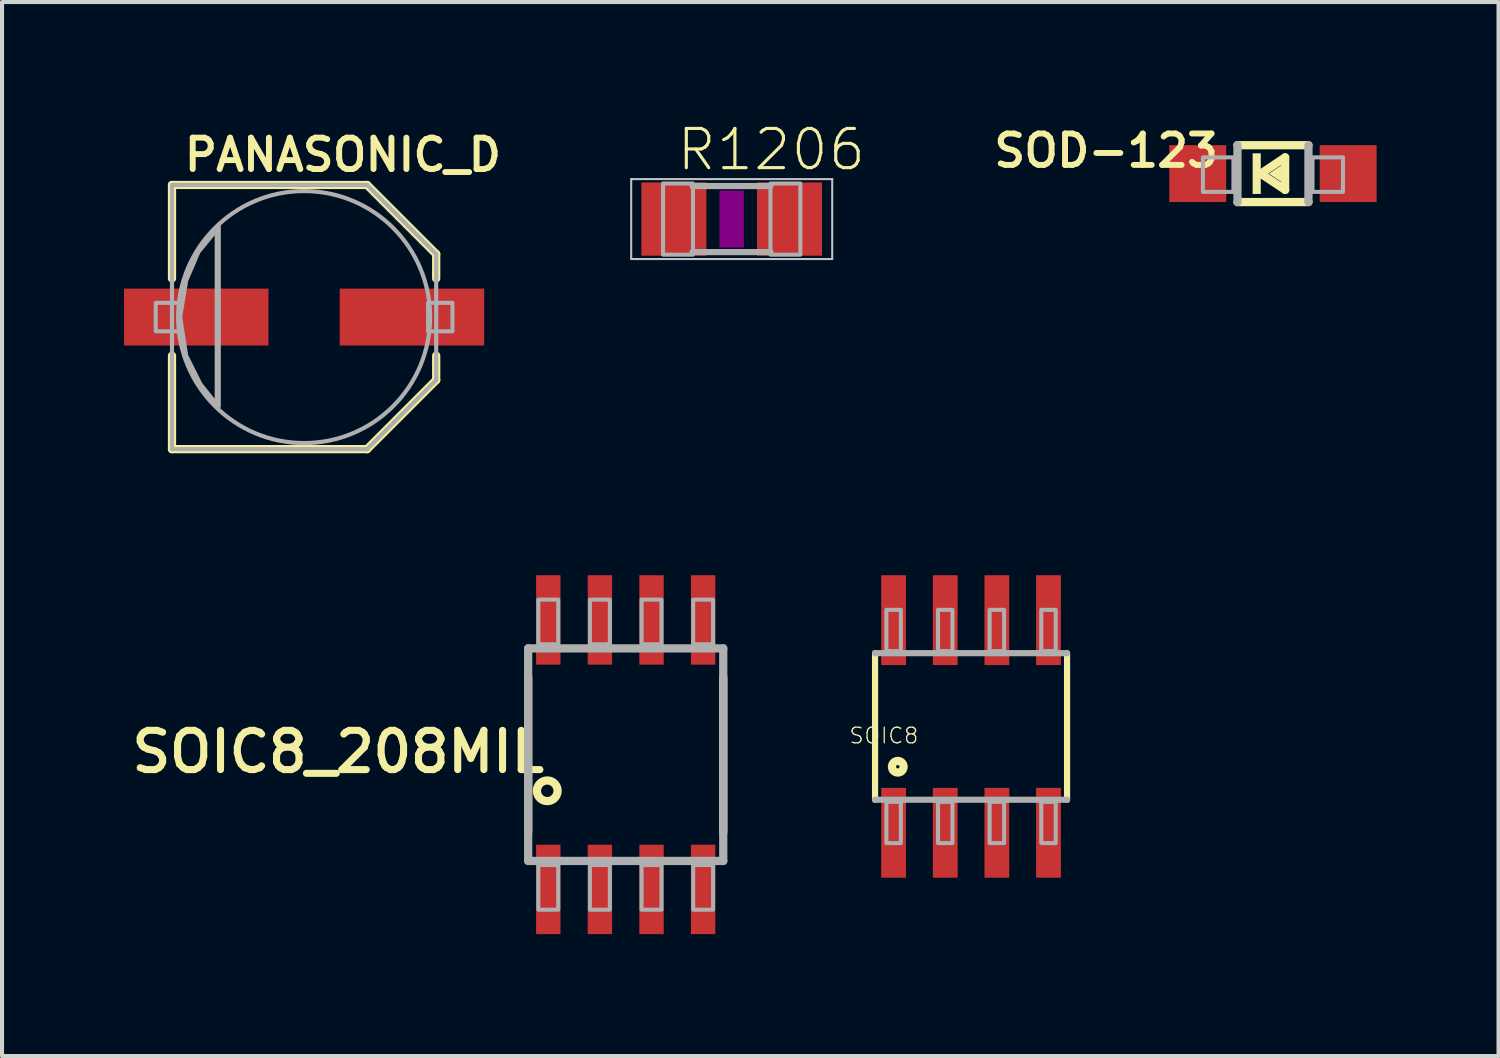
<source format=kicad_pcb>
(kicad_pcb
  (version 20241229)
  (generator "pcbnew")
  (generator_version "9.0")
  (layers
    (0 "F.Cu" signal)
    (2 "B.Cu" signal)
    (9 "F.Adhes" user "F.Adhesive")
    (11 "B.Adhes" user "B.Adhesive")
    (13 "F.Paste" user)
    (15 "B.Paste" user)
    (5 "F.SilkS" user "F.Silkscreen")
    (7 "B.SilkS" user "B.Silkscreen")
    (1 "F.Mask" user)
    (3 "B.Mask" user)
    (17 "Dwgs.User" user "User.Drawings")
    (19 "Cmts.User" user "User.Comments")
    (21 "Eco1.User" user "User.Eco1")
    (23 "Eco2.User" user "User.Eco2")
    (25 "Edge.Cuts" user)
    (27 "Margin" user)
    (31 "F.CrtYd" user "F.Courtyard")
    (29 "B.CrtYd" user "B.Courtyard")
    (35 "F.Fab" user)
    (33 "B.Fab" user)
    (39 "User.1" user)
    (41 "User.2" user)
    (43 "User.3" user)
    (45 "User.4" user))
  (footprint "SOIC8_208MIL"
    (layer "F.Cu")
    (at 12.345 15.518)
    (property "Reference" "SOIC8_208MIL" (at -1.905 -0.635 180) (layer "F.SilkS") (effects (font (size 0.965 0.965) (thickness 0.174)) (justify right top)))
    (attr through_hole)
    (fp_line (start -2.4 1.9) (end -2.4 -1.9) (stroke (width 0.203) (type solid)) (layer "F.SilkS"))
    (fp_line (start 2.4 -1.9) (end 2.4 1.9) (stroke (width 0.203) (type solid)) (layer "F.SilkS"))
    (fp_circle (center -1.93 0.889) (end -1.676 0.889) (stroke (width 0.203) (type solid)) (fill no) (layer "F.SilkS"))
    (fp_line (start -2.4 -2.615) (end 2.4 -2.615) (stroke (width 0.203) (type solid)) (layer "F.Fab"))
    (fp_line (start -2.4 2.615) (end -2.4 -2.615) (stroke (width 0.203) (type solid)) (layer "F.Fab"))
    (fp_line (start 2.4 -2.615) (end 2.4 2.615) (stroke (width 0.203) (type solid)) (layer "F.Fab"))
    (fp_line (start 2.4 2.615) (end -2.4 2.615) (stroke (width 0.203) (type solid)) (layer "F.Fab"))
    (fp_poly (pts (xy -2.15 -2.715) (xy -1.66 -2.715) (xy -1.66 -3.815) (xy -2.15 -3.815)) (stroke (width 0.1) (type solid)) (fill no) (layer "F.Fab"))
    (fp_poly (pts (xy -2.15 3.815) (xy -1.66 3.815) (xy -1.66 2.715) (xy -2.15 2.715)) (stroke (width 0.1) (type solid)) (fill no) (layer "F.Fab"))
    (fp_poly (pts (xy -0.88 -2.715) (xy -0.39 -2.715) (xy -0.39 -3.815) (xy -0.88 -3.815)) (stroke (width 0.1) (type solid)) (fill no) (layer "F.Fab"))
    (fp_poly (pts (xy -0.88 3.815) (xy -0.39 3.815) (xy -0.39 2.715) (xy -0.88 2.715)) (stroke (width 0.1) (type solid)) (fill no) (layer "F.Fab"))
    (fp_poly (pts (xy 0.39 -2.715) (xy 0.88 -2.715) (xy 0.88 -3.815) (xy 0.39 -3.815)) (stroke (width 0.1) (type solid)) (fill no) (layer "F.Fab"))
    (fp_poly (pts (xy 0.39 3.815) (xy 0.88 3.815) (xy 0.88 2.715) (xy 0.39 2.715)) (stroke (width 0.1) (type solid)) (fill no) (layer "F.Fab"))
    (fp_poly (pts (xy 1.66 -2.715) (xy 2.15 -2.715) (xy 2.15 -3.815) (xy 1.66 -3.815)) (stroke (width 0.1) (type solid)) (fill no) (layer "F.Fab"))
    (fp_poly (pts (xy 1.66 3.815) (xy 2.15 3.815) (xy 2.15 2.715) (xy 1.66 2.715)) (stroke (width 0.1) (type solid)) (fill no) (layer "F.Fab"))
    (pad "1" smd rect (at -1.905 3.315) (size 0.6 2.2) (layers "F.Cu" "F.Mask" "F.Paste"))
    (pad "2" smd rect (at -0.635 3.315) (size 0.6 2.2) (layers "F.Cu" "F.Mask" "F.Paste"))
    (pad "3" smd rect (at 0.635 3.315) (size 0.6 2.2) (layers "F.Cu" "F.Mask" "F.Paste"))
    (pad "4" smd rect (at 1.905 3.315) (size 0.6 2.2) (layers "F.Cu" "F.Mask" "F.Paste"))
    (pad "5" smd rect (at 1.905 -3.315) (size 0.6 2.2) (layers "F.Cu" "F.Mask" "F.Paste"))
    (pad "6" smd rect (at 0.635 -3.315) (size 0.6 2.2) (layers "F.Cu" "F.Mask" "F.Paste"))
    (pad "7" smd rect (at -0.635 -3.315) (size 0.6 2.2) (layers "F.Cu" "F.Mask" "F.Paste"))
    (pad "8" smd rect (at -1.905 -3.315) (size 0.6 2.2) (layers "F.Cu" "F.Mask" "F.Paste")))
  (footprint "PANASONIC_D"
    (layer "F.Cu")
    (at 4.432 4.751)
    (property "Reference" "PANASONIC_D" (at -3.02 -3.54 0) (layer "F.SilkS") (effects (font (size 0.772 0.772) (thickness 0.146)) (justify left bottom)))
    (attr through_hole)
    (fp_line (start -3.25 -3.25) (end 1.55 -3.25) (stroke (width 0.203) (type solid)) (layer "F.SilkS"))
    (fp_line (start -3.25 -0.95) (end -3.25 -3.25) (stroke (width 0.203) (type solid)) (layer "F.SilkS"))
    (fp_line (start -3.25 3.25) (end -3.25 0.95) (stroke (width 0.203) (type solid)) (layer "F.SilkS"))
    (fp_line (start 1.55 -3.25) (end 3.25 -1.55) (stroke (width 0.203) (type solid)) (layer "F.SilkS"))
    (fp_line (start 1.55 3.25) (end -3.25 3.25) (stroke (width 0.203) (type solid)) (layer "F.SilkS"))
    (fp_line (start 3.25 -1.55) (end 3.25 -0.95) (stroke (width 0.203) (type solid)) (layer "F.SilkS"))
    (fp_line (start 3.25 0.95) (end 3.25 1.55) (stroke (width 0.203) (type solid)) (layer "F.SilkS"))
    (fp_line (start 3.25 1.55) (end 1.55 3.25) (stroke (width 0.203) (type solid)) (layer "F.SilkS"))
    (fp_line (start -3.25 -3.25) (end 1.55 -3.25) (stroke (width 0.102) (type solid)) (layer "F.Fab"))
    (fp_line (start -3.25 3.25) (end -3.25 -3.25) (stroke (width 0.102) (type solid)) (layer "F.Fab"))
    (fp_line (start -2.1 -2.25) (end -2.1 2.2) (stroke (width 0.102) (type solid)) (layer "F.Fab"))
    (fp_line (start 1.55 -3.25) (end 3.25 -1.55) (stroke (width 0.102) (type solid)) (layer "F.Fab"))
    (fp_line (start 1.55 3.25) (end -3.25 3.25) (stroke (width 0.102) (type solid)) (layer "F.Fab"))
    (fp_line (start 3.25 -1.55) (end 3.25 1.55) (stroke (width 0.102) (type solid)) (layer "F.Fab"))
    (fp_line (start 3.25 1.55) (end 1.55 3.25) (stroke (width 0.102) (type solid)) (layer "F.Fab"))
    (fp_circle (center 0 0) (end 3.1 0) (stroke (width 0.102) (type solid)) (fill no) (layer "F.Fab"))
    (fp_poly (pts (xy -3.65 0.35) (xy -3.05 0.35) (xy -3.05 -0.35) (xy -3.65 -0.35)) (stroke (width 0.1) (type solid)) (fill no) (layer "F.Fab"))
    (fp_poly (pts (xy 3.05 0.35) (xy 3.65 0.35) (xy 3.65 -0.35) (xy 3.05 -0.35)) (stroke (width 0.1) (type solid)) (fill no) (layer "F.Fab"))
    (fp_poly (pts (xy -2.15 -2.15) (xy -2.6 -1.6) (xy -2.9 -0.9) (xy -3.05 0) (xy -2.9 0.95) (xy -2.55 1.65) (xy -2.15 2.15) (xy -2.15 -2.1)) (stroke (width 0.1) (type solid)) (fill no) (layer "F.Fab"))
    (pad "+" smd rect (at 2.654 0) (size 3.556 1.4) (layers "F.Cu" "F.Mask" "F.Paste"))
    (pad "-" smd rect (at -2.654 0) (size 3.556 1.4) (layers "F.Cu" "F.Mask" "F.Paste")))
  (footprint "R1206"
    (layer "F.Cu")
    (at 14.953 2.34)
    (property "Reference" "R1206" (at -1.397 -1.143 0) (layer "F.SilkS") (effects (font (size 0.965 0.965) (thickness 0.077)) (justify left bottom)))
    (attr through_hole)
    (fp_poly (pts (xy -0.3 0.7) (xy 0.3 0.7) (xy 0.3 -0.7) (xy -0.3 -0.7)) (stroke (width 0) (type solid)) (fill yes) (layer "F.Adhes"))
    (fp_line (start -2.473 -0.983) (end 2.473 -0.983) (stroke (width 0.051) (type solid)) (layer "Dwgs.User"))
    (fp_line (start -2.473 0.983) (end -2.473 -0.983) (stroke (width 0.051) (type solid)) (layer "Dwgs.User"))
    (fp_line (start 2.473 -0.983) (end 2.473 0.983) (stroke (width 0.051) (type solid)) (layer "Dwgs.User"))
    (fp_line (start 2.473 0.983) (end -2.473 0.983) (stroke (width 0.051) (type solid)) (layer "Dwgs.User"))
    (fp_line (start 0.953 -0.813) (end -0.965 -0.813) (stroke (width 0.152) (type solid)) (layer "F.Fab"))
    (fp_line (start 0.953 0.813) (end -0.965 0.813) (stroke (width 0.152) (type solid)) (layer "F.Fab"))
    (fp_poly (pts (xy -1.689 0.876) (xy -0.953 0.876) (xy -0.953 -0.876) (xy -1.689 -0.876)) (stroke (width 0.1) (type solid)) (fill no) (layer "F.Fab"))
    (fp_poly (pts (xy 0.953 0.876) (xy 1.689 0.876) (xy 1.689 -0.876) (xy 0.953 -0.876)) (stroke (width 0.1) (type solid)) (fill no) (layer "F.Fab"))
    (pad "1" smd rect (at -1.422 0) (size 1.6 1.803) (layers "F.Cu" "F.Mask" "F.Paste"))
    (pad "2" smd rect (at 1.422 0) (size 1.6 1.803) (layers "F.Cu" "F.Mask" "F.Paste")))
  (footprint "SOD-123"
    (layer "F.Cu")
    (at 28.27 1.222)
    (property "Reference" "SOD-123" (at -1.27 -1.016 0) (layer "F.SilkS") (effects (font (size 0.772 0.772) (thickness 0.146)) (justify right top)))
    (attr through_hole)
    (fp_line (start -0.873 -0.7) (end 0.873 -0.7) (stroke (width 0.203) (type solid)) (layer "F.SilkS"))
    (fp_line (start -0.3 0) (end 0.3 -0.4) (stroke (width 0.203) (type solid)) (layer "F.SilkS"))
    (fp_line (start 0.3 -0.4) (end 0.3 0.4) (stroke (width 0.203) (type solid)) (layer "F.SilkS"))
    (fp_line (start 0.3 0.4) (end -0.3 0) (stroke (width 0.203) (type solid)) (layer "F.SilkS"))
    (fp_line (start 0.873 0.7) (end -0.873 0.7) (stroke (width 0.203) (type solid)) (layer "F.SilkS"))
    (fp_poly (pts (xy -0.1 0) (xy 0.2 -0.2) (xy 0.2 0.2)) (stroke (width 0) (type solid)) (fill yes) (layer "F.SilkS"))
    (fp_poly (pts (xy -0.5 0.5) (xy -0.3 0.5) (xy -0.3 -0.5) (xy -0.5 -0.5)) (stroke (width 0) (type solid)) (fill yes) (layer "F.SilkS"))
    (fp_line (start -0.873 0.7) (end -0.873 -0.7) (stroke (width 0.203) (type solid)) (layer "F.Fab"))
    (fp_line (start 0.873 -0.7) (end 0.873 0.7) (stroke (width 0.203) (type solid)) (layer "F.Fab"))
    (fp_poly (pts (xy -1.723 0.45) (xy -0.973 0.45) (xy -0.973 -0.4) (xy -1.723 -0.4)) (stroke (width 0.1) (type solid)) (fill no) (layer "F.Fab"))
    (fp_poly (pts (xy 0.973 0.45) (xy 1.723 0.45) (xy 1.723 -0.4) (xy 0.973 -0.4)) (stroke (width 0.1) (type solid)) (fill no) (layer "F.Fab"))
    (pad "A" smd rect (at 1.85 0 90) (size 1.4 1.4) (layers "F.Cu" "F.Mask" "F.Paste"))
    (pad "C" smd rect (at -1.85 0 90) (size 1.4 1.4) (layers "F.Cu" "F.Mask" "F.Paste")))
  (footprint "SOIC8"
    (layer "F.Cu")
    (at 20.842 14.824)
    (property "Reference" "SOIC8" (at -1.27 0 180) (layer "F.SilkS") (effects (font (size 0.386 0.386) (thickness 0.031)) (justify right top)))
    (attr through_hole)
    (fp_line (start -2.362 -1.803) (end -2.362 1.803) (stroke (width 0.152) (type solid)) (layer "F.SilkS"))
    (fp_line (start 2.362 1.803) (end 2.362 -1.803) (stroke (width 0.152) (type solid)) (layer "F.SilkS"))
    (fp_circle (center -1.803 0.991) (end -1.66 0.991) (stroke (width 0.203) (type solid)) (fill no) (layer "F.SilkS"))
    (fp_line (start -2.362 1.803) (end 2.362 1.803) (stroke (width 0.152) (type solid)) (layer "F.Fab"))
    (fp_line (start 2.362 -1.803) (end -2.362 -1.803) (stroke (width 0.152) (type solid)) (layer "F.Fab"))
    (fp_poly (pts (xy -2.083 -1.854) (xy -1.727 -1.854) (xy -1.727 -2.87) (xy -2.083 -2.87)) (stroke (width 0.1) (type solid)) (fill no) (layer "F.Fab"))
    (fp_poly (pts (xy -2.083 2.87) (xy -1.727 2.87) (xy -1.727 1.854) (xy -2.083 1.854)) (stroke (width 0.1) (type solid)) (fill no) (layer "F.Fab"))
    (fp_poly (pts (xy -0.813 -1.854) (xy -0.457 -1.854) (xy -0.457 -2.87) (xy -0.813 -2.87)) (stroke (width 0.1) (type solid)) (fill no) (layer "F.Fab"))
    (fp_poly (pts (xy -0.813 2.87) (xy -0.457 2.87) (xy -0.457 1.854) (xy -0.813 1.854)) (stroke (width 0.1) (type solid)) (fill no) (layer "F.Fab"))
    (fp_poly (pts (xy 0.457 -1.854) (xy 0.813 -1.854) (xy 0.813 -2.87) (xy 0.457 -2.87)) (stroke (width 0.1) (type solid)) (fill no) (layer "F.Fab"))
    (fp_poly (pts (xy 0.457 2.87) (xy 0.813 2.87) (xy 0.813 1.854) (xy 0.457 1.854)) (stroke (width 0.1) (type solid)) (fill no) (layer "F.Fab"))
    (fp_poly (pts (xy 1.727 -1.854) (xy 2.083 -1.854) (xy 2.083 -2.87) (xy 1.727 -2.87)) (stroke (width 0.1) (type solid)) (fill no) (layer "F.Fab"))
    (fp_poly (pts (xy 1.727 2.87) (xy 2.083 2.87) (xy 2.083 1.854) (xy 1.727 1.854)) (stroke (width 0.1) (type solid)) (fill no) (layer "F.Fab"))
    (pad "1" smd rect (at -1.905 2.616) (size 0.61 2.21) (layers "F.Cu" "F.Mask" "F.Paste"))
    (pad "2" smd rect (at -0.635 2.616) (size 0.61 2.21) (layers "F.Cu" "F.Mask" "F.Paste"))
    (pad "3" smd rect (at 0.635 2.616) (size 0.61 2.21) (layers "F.Cu" "F.Mask" "F.Paste"))
    (pad "4" smd rect (at 1.905 2.616) (size 0.61 2.21) (layers "F.Cu" "F.Mask" "F.Paste"))
    (pad "5" smd rect (at 1.905 -2.616) (size 0.61 2.21) (layers "F.Cu" "F.Mask" "F.Paste"))
    (pad "6" smd rect (at 0.635 -2.616) (size 0.61 2.21) (layers "F.Cu" "F.Mask" "F.Paste"))
    (pad "7" smd rect (at -0.635 -2.616) (size 0.61 2.21) (layers "F.Cu" "F.Mask" "F.Paste"))
    (pad "8" smd rect (at -1.905 -2.616) (size 0.61 2.21) (layers "F.Cu" "F.Mask" "F.Paste")))
  (gr_rect
    (start -3 -3)
    (end 33.82 22.933)
    (stroke (width 0.1) (type default))
    (fill no)
    (layer "Edge.Cuts")))
</source>
